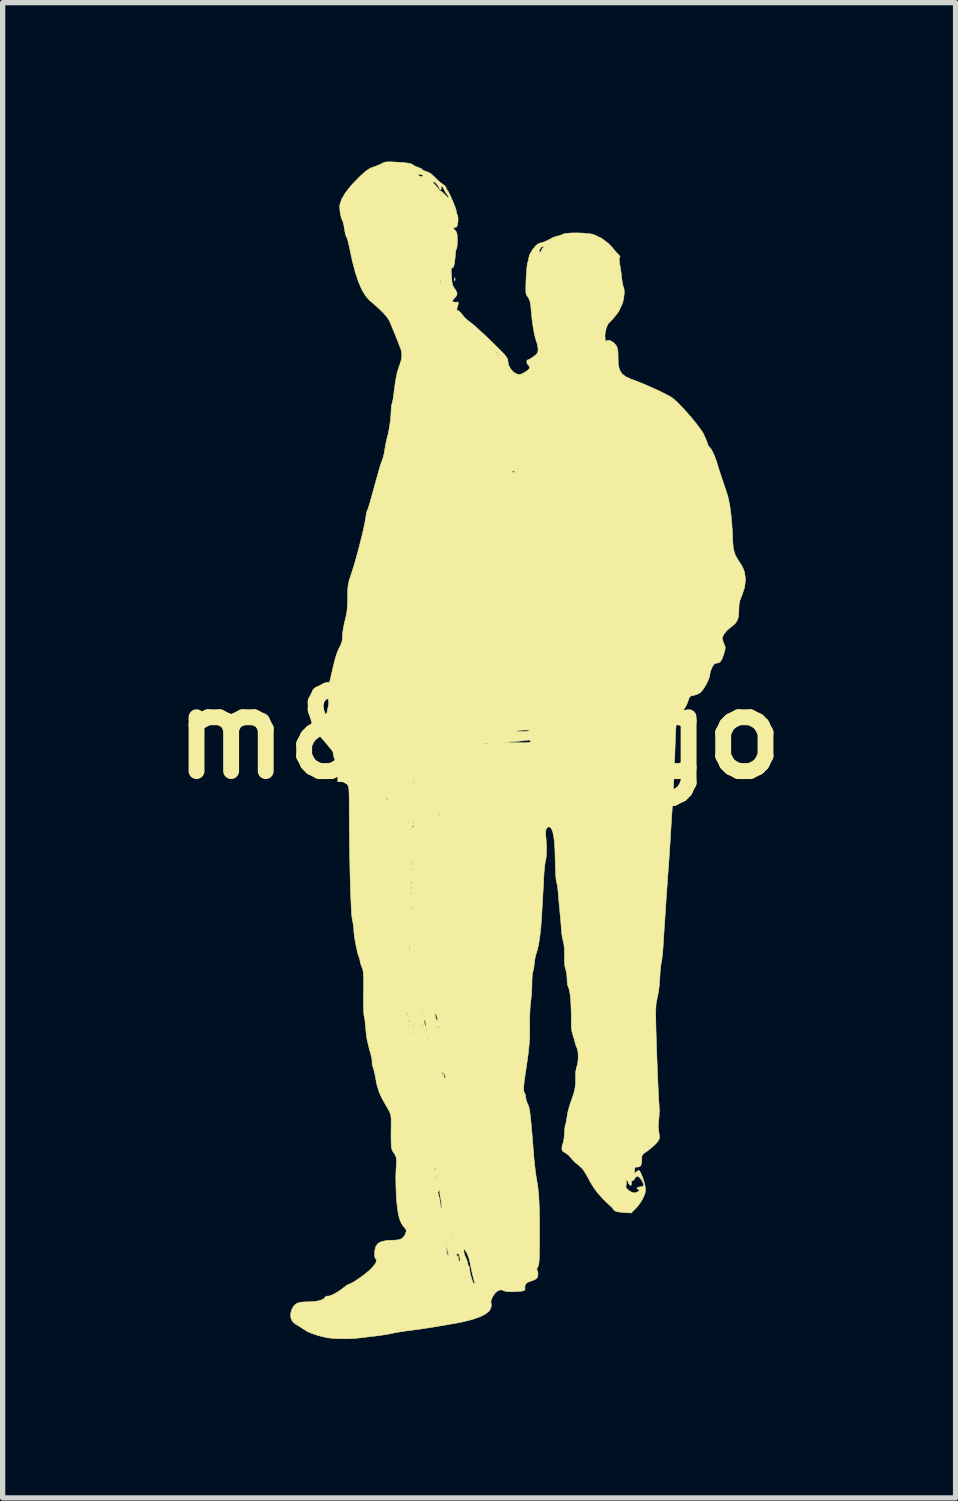
<source format=kicad_pcb>
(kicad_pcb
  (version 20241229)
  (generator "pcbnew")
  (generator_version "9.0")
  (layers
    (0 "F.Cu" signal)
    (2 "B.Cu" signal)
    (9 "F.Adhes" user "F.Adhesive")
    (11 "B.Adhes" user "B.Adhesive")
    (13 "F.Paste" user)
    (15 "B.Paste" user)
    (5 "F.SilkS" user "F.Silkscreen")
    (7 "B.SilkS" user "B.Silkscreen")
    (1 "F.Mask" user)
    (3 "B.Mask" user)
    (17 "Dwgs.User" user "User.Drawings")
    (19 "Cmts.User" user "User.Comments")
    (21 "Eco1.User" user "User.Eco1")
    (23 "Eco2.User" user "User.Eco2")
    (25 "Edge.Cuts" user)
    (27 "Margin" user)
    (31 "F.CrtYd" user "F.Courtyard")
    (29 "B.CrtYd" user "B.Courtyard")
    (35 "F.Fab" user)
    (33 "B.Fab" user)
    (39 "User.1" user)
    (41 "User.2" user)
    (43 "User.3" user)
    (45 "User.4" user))
  (footprint "m&d_logo"
    (layer "F.Cu")
    (at 5.994 10.817)
    (property "Reference" "m&d_logo" (at 0 0 0) (layer "F.SilkS") (effects (font (size 1.524 1.524) (thickness 0.3))))
    (attr through_hole)
    (fp_poly (pts (xy -0.456 -8.621) (xy -0.453 -8.581) (xy -0.456 -8.572) (xy -0.463 -8.57) (xy -0.466 -8.597) (xy -0.463 -8.625) (xy -0.456 -8.621)) (stroke (width 0.01) (type solid)) (fill yes) (layer "F.SilkS"))
    (fp_poly (pts (xy -1.649 -10.811) (xy -1.552 -10.806) (xy -1.528 -10.804) (xy -1.416 -10.796) (xy -1.338 -10.787) (xy -1.286 -10.775) (xy -1.256 -10.76) (xy -1.252 -10.757) (xy -1.209 -10.73) (xy -1.151 -10.707) (xy -1.145 -10.705) (xy -1.1 -10.688) (xy -1.076 -10.671) (xy -1.075 -10.668) (xy -1.058 -10.652) (xy -1.015 -10.635) (xy -0.992 -10.628) (xy -0.91 -10.589) (xy -0.836 -10.521) (xy -0.78 -10.464) (xy -0.722 -10.414) (xy -0.693 -10.394) (xy -0.65 -10.362) (xy -0.627 -10.334) (xy -0.625 -10.328) (xy -0.613 -10.294) (xy -0.604 -10.283) (xy -0.584 -10.253) (xy -0.555 -10.197) (xy -0.522 -10.125) (xy -0.488 -10.047) (xy -0.459 -9.974) (xy -0.438 -9.915) (xy -0.43 -9.881) (xy -0.421 -9.834) (xy -0.409 -9.805) (xy -0.397 -9.757) (xy -0.399 -9.686) (xy -0.401 -9.67) (xy -0.412 -9.61) (xy -0.428 -9.581) (xy -0.451 -9.574) (xy -0.482 -9.57) (xy -0.483 -9.553) (xy -0.453 -9.519) (xy -0.449 -9.515) (xy -0.428 -9.487) (xy -0.416 -9.447) (xy -0.411 -9.385) (xy -0.41 -9.333) (xy -0.412 -9.261) (xy -0.417 -9.205) (xy -0.424 -9.176) (xy -0.425 -9.175) (xy -0.437 -9.146) (xy -0.444 -9.108) (xy -0.454 -8.989) (xy -0.464 -8.905) (xy -0.475 -8.85) (xy -0.488 -8.82) (xy -0.503 -8.812) (xy -0.519 -8.806) (xy -0.526 -8.783) (xy -0.526 -8.735) (xy -0.522 -8.67) (xy -0.515 -8.583) (xy -0.508 -8.524) (xy -0.498 -8.484) (xy -0.483 -8.451) (xy -0.46 -8.415) (xy -0.454 -8.408) (xy -0.421 -8.352) (xy -0.415 -8.311) (xy -0.437 -8.27) (xy -0.464 -8.24) (xy -0.496 -8.202) (xy -0.501 -8.178) (xy -0.491 -8.169) (xy -0.451 -8.16) (xy -0.425 -8.163) (xy -0.397 -8.165) (xy -0.392 -8.142) (xy -0.395 -8.126) (xy -0.409 -8.075) (xy -0.419 -8.047) (xy -0.418 -8.015) (xy -0.397 -8.003) (xy -0.364 -7.98) (xy -0.325 -7.937) (xy -0.313 -7.921) (xy -0.269 -7.868) (xy -0.207 -7.813) (xy -0.172 -7.787) (xy -0.13 -7.755) (xy -0.066 -7.7) (xy 0.014 -7.627) (xy 0.106 -7.543) (xy 0.202 -7.451) (xy 0.232 -7.421) (xy 0.334 -7.321) (xy 0.411 -7.245) (xy 0.467 -7.187) (xy 0.504 -7.143) (xy 0.527 -7.11) (xy 0.539 -7.084) (xy 0.543 -7.06) (xy 0.543 -7.049) (xy 0.558 -6.973) (xy 0.596 -6.901) (xy 0.65 -6.842) (xy 0.713 -6.805) (xy 0.77 -6.798) (xy 0.814 -6.812) (xy 0.867 -6.841) (xy 0.916 -6.875) (xy 0.95 -6.908) (xy 0.957 -6.924) (xy 0.944 -6.958) (xy 0.928 -6.975) (xy 0.906 -7.007) (xy 0.899 -7.044) (xy 0.909 -7.069) (xy 0.92 -7.073) (xy 0.947 -7.084) (xy 0.993 -7.111) (xy 1.027 -7.135) (xy 1.079 -7.175) (xy 1.104 -7.209) (xy 1.113 -7.249) (xy 1.114 -7.272) (xy 1.106 -7.344) (xy 1.086 -7.415) (xy 1.085 -7.417) (xy 1.061 -7.491) (xy 1.037 -7.595) (xy 1.016 -7.72) (xy 0.998 -7.856) (xy 0.985 -7.99) (xy 0.976 -8.092) (xy 0.964 -8.165) (xy 0.946 -8.219) (xy 0.918 -8.266) (xy 0.901 -8.289) (xy 0.891 -8.31) (xy 0.884 -8.346) (xy 0.882 -8.402) (xy 0.883 -8.485) (xy 0.887 -8.6) (xy 0.888 -8.611) (xy 0.894 -8.714) (xy 0.901 -8.803) (xy 0.909 -8.872) (xy 0.916 -8.912) (xy 0.919 -8.918) (xy 0.933 -8.95) (xy 0.938 -8.997) (xy 0.955 -9.062) (xy 0.997 -9.133) (xy 1.136 -9.133) (xy 1.141 -9.109) (xy 1.153 -9.105) (xy 1.171 -9.12) (xy 1.172 -9.128) (xy 1.184 -9.159) (xy 1.203 -9.185) (xy 1.223 -9.21) (xy 1.215 -9.216) (xy 1.2 -9.214) (xy 1.171 -9.198) (xy 1.148 -9.166) (xy 1.136 -9.133) (xy 0.997 -9.133) (xy 1.005 -9.146) (xy 1.018 -9.164) (xy 1.067 -9.225) (xy 1.108 -9.26) (xy 1.151 -9.279) (xy 1.177 -9.285) (xy 1.247 -9.306) (xy 1.317 -9.341) (xy 1.327 -9.347) (xy 1.392 -9.382) (xy 1.464 -9.407) (xy 1.475 -9.409) (xy 1.532 -9.423) (xy 1.575 -9.441) (xy 1.581 -9.445) (xy 1.617 -9.457) (xy 1.683 -9.465) (xy 1.769 -9.47) (xy 1.865 -9.47) (xy 1.964 -9.466) (xy 2.055 -9.459) (xy 2.129 -9.448) (xy 2.162 -9.439) (xy 2.312 -9.369) (xy 2.445 -9.268) (xy 2.517 -9.191) (xy 2.565 -9.133) (xy 2.61 -9.082) (xy 2.635 -9.058) (xy 2.662 -9.024) (xy 2.656 -9.006) (xy 2.645 -8.986) (xy 2.646 -8.941) (xy 2.657 -8.868) (xy 2.671 -8.79) (xy 2.681 -8.717) (xy 2.686 -8.675) (xy 2.696 -8.586) (xy 2.71 -8.505) (xy 2.725 -8.443) (xy 2.733 -8.421) (xy 2.741 -8.381) (xy 2.739 -8.316) (xy 2.73 -8.241) (xy 2.715 -8.169) (xy 2.696 -8.113) (xy 2.689 -8.099) (xy 2.666 -8.057) (xy 2.657 -8.029) (xy 2.645 -8.003) (xy 2.615 -7.959) (xy 2.574 -7.906) (xy 2.53 -7.853) (xy 2.491 -7.811) (xy 2.467 -7.79) (xy 2.433 -7.75) (xy 2.404 -7.683) (xy 2.383 -7.604) (xy 2.375 -7.523) (xy 2.382 -7.455) (xy 2.383 -7.452) (xy 2.395 -7.42) (xy 2.401 -7.418) (xy 2.402 -7.42) (xy 2.417 -7.443) (xy 2.452 -7.444) (xy 2.498 -7.426) (xy 2.545 -7.393) (xy 2.584 -7.349) (xy 2.59 -7.34) (xy 2.609 -7.298) (xy 2.62 -7.245) (xy 2.624 -7.171) (xy 2.624 -7.114) (xy 2.628 -6.986) (xy 2.65 -6.889) (xy 2.693 -6.815) (xy 2.762 -6.759) (xy 2.86 -6.714) (xy 2.882 -6.706) (xy 2.95 -6.681) (xy 3.04 -6.645) (xy 3.139 -6.604) (xy 3.204 -6.576) (xy 3.308 -6.53) (xy 3.39 -6.492) (xy 3.465 -6.455) (xy 3.548 -6.413) (xy 3.616 -6.377) (xy 3.667 -6.341) (xy 3.735 -6.28) (xy 3.815 -6.199) (xy 3.903 -6.104) (xy 3.993 -6.002) (xy 4.079 -5.897) (xy 4.156 -5.797) (xy 4.219 -5.707) (xy 4.225 -5.698) (xy 4.243 -5.662) (xy 4.267 -5.609) (xy 4.292 -5.551) (xy 4.31 -5.502) (xy 4.318 -5.474) (xy 4.318 -5.474) (xy 4.331 -5.448) (xy 4.348 -5.431) (xy 4.378 -5.393) (xy 4.413 -5.328) (xy 4.45 -5.245) (xy 4.483 -5.155) (xy 4.501 -5.096) (xy 4.52 -5.033) (xy 4.548 -4.946) (xy 4.58 -4.849) (xy 4.601 -4.787) (xy 4.639 -4.673) (xy 4.667 -4.589) (xy 4.687 -4.524) (xy 4.702 -4.471) (xy 4.713 -4.422) (xy 4.724 -4.368) (xy 4.727 -4.357) (xy 4.742 -4.258) (xy 4.757 -4.133) (xy 4.77 -3.995) (xy 4.78 -3.855) (xy 4.786 -3.728) (xy 4.787 -3.661) (xy 4.799 -3.514) (xy 4.836 -3.388) (xy 4.903 -3.272) (xy 4.925 -3.243) (xy 4.961 -3.184) (xy 4.996 -3.108) (xy 5.011 -3.063) (xy 5.03 -2.93) (xy 5.013 -2.784) (xy 4.963 -2.628) (xy 4.951 -2.603) (xy 4.923 -2.528) (xy 4.908 -2.45) (xy 4.904 -2.353) (xy 4.899 -2.246) (xy 4.88 -2.167) (xy 4.842 -2.105) (xy 4.782 -2.049) (xy 4.756 -2.031) (xy 4.684 -1.971) (xy 4.628 -1.905) (xy 4.596 -1.842) (xy 4.592 -1.813) (xy 4.6 -1.774) (xy 4.62 -1.721) (xy 4.624 -1.711) (xy 4.641 -1.671) (xy 4.647 -1.636) (xy 4.64 -1.593) (xy 4.622 -1.528) (xy 4.62 -1.522) (xy 4.59 -1.436) (xy 4.56 -1.383) (xy 4.525 -1.355) (xy 4.483 -1.348) (xy 4.447 -1.338) (xy 4.416 -1.303) (xy 4.397 -1.266) (xy 4.372 -1.206) (xy 4.358 -1.151) (xy 4.357 -1.136) (xy 4.346 -1.079) (xy 4.316 -1.005) (xy 4.275 -0.926) (xy 4.229 -0.854) (xy 4.185 -0.801) (xy 4.175 -0.792) (xy 4.115 -0.759) (xy 4.052 -0.74) (xy 4.045 -0.739) (xy 3.997 -0.729) (xy 3.97 -0.702) (xy 3.956 -0.664) (xy 3.914 -0.553) (xy 3.859 -0.461) (xy 3.807 -0.397) (xy 3.764 -0.343) (xy 3.733 -0.293) (xy 3.724 -0.27) (xy 3.722 -0.24) (xy 3.718 -0.176) (xy 3.713 -0.083) (xy 3.708 0.034) (xy 3.702 0.17) (xy 3.697 0.319) (xy 3.694 0.401) (xy 3.688 0.568) (xy 3.681 0.737) (xy 3.674 0.899) (xy 3.667 1.047) (xy 3.66 1.174) (xy 3.654 1.27) (xy 3.653 1.29) (xy 3.645 1.408) (xy 3.635 1.55) (xy 3.626 1.7) (xy 3.617 1.841) (xy 3.615 1.876) (xy 3.607 2.013) (xy 3.597 2.164) (xy 3.588 2.313) (xy 3.579 2.443) (xy 3.577 2.472) (xy 3.564 2.641) (xy 3.551 2.831) (xy 3.537 3.034) (xy 3.523 3.24) (xy 3.51 3.442) (xy 3.497 3.631) (xy 3.486 3.799) (xy 3.478 3.936) (xy 3.477 3.947) (xy 3.47 4.054) (xy 3.461 4.153) (xy 3.452 4.234) (xy 3.443 4.289) (xy 3.441 4.298) (xy 3.432 4.345) (xy 3.423 4.42) (xy 3.416 4.513) (xy 3.411 4.601) (xy 3.403 4.719) (xy 3.39 4.829) (xy 3.375 4.919) (xy 3.366 4.953) (xy 3.341 5.087) (xy 3.333 5.254) (xy 3.333 5.256) (xy 3.335 5.351) (xy 3.337 5.472) (xy 3.341 5.614) (xy 3.346 5.772) (xy 3.351 5.94) (xy 3.357 6.112) (xy 3.364 6.284) (xy 3.37 6.448) (xy 3.377 6.601) (xy 3.383 6.735) (xy 3.388 6.847) (xy 3.393 6.93) (xy 3.397 6.975) (xy 3.403 7.098) (xy 3.397 7.224) (xy 3.392 7.263) (xy 3.382 7.387) (xy 3.391 7.492) (xy 3.394 7.508) (xy 3.405 7.579) (xy 3.401 7.629) (xy 3.39 7.659) (xy 3.359 7.7) (xy 3.305 7.755) (xy 3.237 7.814) (xy 3.165 7.87) (xy 3.121 7.899) (xy 3.084 7.931) (xy 3.071 7.973) (xy 3.071 8.006) (xy 3.068 8.091) (xy 3.05 8.141) (xy 3.016 8.162) (xy 2.993 8.163) (xy 2.957 8.164) (xy 2.941 8.184) (xy 2.934 8.225) (xy 2.931 8.269) (xy 2.938 8.28) (xy 2.96 8.264) (xy 2.965 8.259) (xy 2.998 8.234) (xy 3.016 8.226) (xy 3.033 8.243) (xy 3.057 8.288) (xy 3.083 8.351) (xy 3.107 8.421) (xy 3.127 8.49) (xy 3.135 8.535) (xy 3.141 8.599) (xy 3.134 8.653) (xy 3.111 8.715) (xy 3.096 8.748) (xy 3.051 8.827) (xy 2.993 8.906) (xy 2.957 8.946) (xy 2.87 9.032) (xy 2.72 9.021) (xy 2.64 9.013) (xy 2.59 9.003) (xy 2.559 8.987) (xy 2.54 8.966) (xy 2.507 8.924) (xy 2.482 8.901) (xy 2.456 8.878) (xy 2.411 8.835) (xy 2.355 8.78) (xy 2.332 8.756) (xy 2.248 8.664) (xy 2.174 8.567) (xy 2.146 8.522) (xy 2.772 8.522) (xy 2.774 8.553) (xy 2.811 8.595) (xy 2.819 8.601) (xy 2.887 8.645) (xy 2.949 8.652) (xy 3 8.628) (xy 3.026 8.606) (xy 3.02 8.593) (xy 3.004 8.587) (xy 2.98 8.568) (xy 2.989 8.551) (xy 3.025 8.54) (xy 3.049 8.538) (xy 3.094 8.528) (xy 3.106 8.496) (xy 3.087 8.441) (xy 3.062 8.4) (xy 3.018 8.349) (xy 2.98 8.336) (xy 2.949 8.361) (xy 2.941 8.377) (xy 2.917 8.411) (xy 2.897 8.421) (xy 2.875 8.43) (xy 2.874 8.436) (xy 2.875 8.466) (xy 2.874 8.487) (xy 2.868 8.512) (xy 2.847 8.502) (xy 2.843 8.499) (xy 2.818 8.467) (xy 2.814 8.449) (xy 2.799 8.416) (xy 2.791 8.41) (xy 2.776 8.411) (xy 2.778 8.446) (xy 2.78 8.494) (xy 2.772 8.522) (xy 2.146 8.522) (xy 2.102 8.452) (xy 2.026 8.311) (xy 2.022 8.304) (xy 1.957 8.202) (xy 1.875 8.125) (xy 1.869 8.121) (xy 1.809 8.073) (xy 1.759 8.022) (xy 1.737 7.993) (xy 1.693 7.943) (xy 1.637 7.902) (xy 1.632 7.899) (xy 1.584 7.87) (xy 1.565 7.836) (xy 1.563 7.81) (xy 1.57 7.754) (xy 1.584 7.715) (xy 1.595 7.676) (xy 1.605 7.612) (xy 1.611 7.536) (xy 1.611 7.532) (xy 1.616 7.459) (xy 1.622 7.402) (xy 1.629 7.371) (xy 1.629 7.37) (xy 1.639 7.339) (xy 1.649 7.287) (xy 1.652 7.267) (xy 1.676 7.125) (xy 1.714 6.987) (xy 1.746 6.897) (xy 1.786 6.779) (xy 1.81 6.678) (xy 1.821 6.579) (xy 1.821 6.476) (xy 1.824 6.364) (xy 1.841 6.278) (xy 1.846 6.267) (xy 1.863 6.202) (xy 1.871 6.12) (xy 1.871 6.034) (xy 1.862 5.958) (xy 1.845 5.909) (xy 1.823 5.858) (xy 1.811 5.811) (xy 1.798 5.757) (xy 1.777 5.689) (xy 1.77 5.668) (xy 1.75 5.592) (xy 1.74 5.51) (xy 1.74 5.492) (xy 1.741 5.325) (xy 1.737 5.172) (xy 1.731 5.036) (xy 1.721 4.923) (xy 1.708 4.838) (xy 1.693 4.787) (xy 1.689 4.779) (xy 1.671 4.732) (xy 1.662 4.659) (xy 1.661 4.619) (xy 1.656 4.542) (xy 1.645 4.47) (xy 1.634 4.433) (xy 1.618 4.365) (xy 1.611 4.263) (xy 1.612 4.181) (xy 1.611 4.041) (xy 1.597 3.936) (xy 1.59 3.909) (xy 1.574 3.844) (xy 1.561 3.759) (xy 1.553 3.674) (xy 1.547 3.584) (xy 1.538 3.474) (xy 1.527 3.366) (xy 1.525 3.341) (xy 1.514 3.234) (xy 1.504 3.116) (xy 1.496 3.011) (xy 1.494 2.991) (xy 1.487 2.911) (xy 1.477 2.842) (xy 1.466 2.797) (xy 1.463 2.79) (xy 1.457 2.759) (xy 1.45 2.696) (xy 1.445 2.608) (xy 1.44 2.5) (xy 1.437 2.381) (xy 1.437 2.378) (xy 1.432 2.185) (xy 1.422 2.03) (xy 1.407 1.911) (xy 1.387 1.824) (xy 1.361 1.77) (xy 1.341 1.75) (xy 1.309 1.741) (xy 1.28 1.764) (xy 1.277 1.768) (xy 1.262 1.797) (xy 1.256 1.838) (xy 1.258 1.901) (xy 1.263 1.954) (xy 1.273 2.095) (xy 1.273 2.228) (xy 1.263 2.343) (xy 1.25 2.403) (xy 1.242 2.449) (xy 1.234 2.524) (xy 1.226 2.617) (xy 1.221 2.706) (xy 1.216 2.813) (xy 1.209 2.938) (xy 1.202 3.073) (xy 1.194 3.21) (xy 1.186 3.342) (xy 1.179 3.463) (xy 1.172 3.565) (xy 1.166 3.64) (xy 1.163 3.673) (xy 1.145 3.825) (xy 1.125 3.953) (xy 1.104 4.053) (xy 1.084 4.117) (xy 1.065 4.178) (xy 1.05 4.257) (xy 1.043 4.316) (xy 1.035 4.387) (xy 1.025 4.446) (xy 1.016 4.475) (xy 1.008 4.509) (xy 1.002 4.571) (xy 0.998 4.651) (xy 0.998 4.702) (xy 0.995 4.809) (xy 0.988 4.923) (xy 0.977 5.025) (xy 0.974 5.051) (xy 0.965 5.131) (xy 0.959 5.238) (xy 0.955 5.358) (xy 0.955 5.481) (xy 0.955 5.5) (xy 0.956 5.615) (xy 0.954 5.723) (xy 0.947 5.832) (xy 0.936 5.948) (xy 0.92 6.08) (xy 0.898 6.234) (xy 0.87 6.418) (xy 0.851 6.553) (xy 0.842 6.658) (xy 0.844 6.73) (xy 0.856 6.767) (xy 0.86 6.77) (xy 0.874 6.796) (xy 0.879 6.84) (xy 0.888 6.896) (xy 0.911 6.96) (xy 0.918 6.974) (xy 0.929 7) (xy 0.94 7.031) (xy 0.949 7.071) (xy 0.958 7.125) (xy 0.967 7.195) (xy 0.977 7.287) (xy 0.988 7.403) (xy 1 7.547) (xy 1.014 7.724) (xy 1.026 7.874) (xy 1.037 8.002) (xy 1.05 8.129) (xy 1.063 8.246) (xy 1.076 8.34) (xy 1.085 8.392) (xy 1.102 8.487) (xy 1.115 8.59) (xy 1.126 8.706) (xy 1.133 8.84) (xy 1.138 8.996) (xy 1.141 9.18) (xy 1.142 9.397) (xy 1.141 9.47) (xy 1.141 9.631) (xy 1.139 9.758) (xy 1.137 9.856) (xy 1.133 9.928) (xy 1.129 9.979) (xy 1.122 10.015) (xy 1.114 10.039) (xy 1.107 10.05) (xy 1.089 10.091) (xy 1.094 10.111) (xy 1.11 10.141) (xy 1.112 10.189) (xy 1.102 10.239) (xy 1.089 10.262) (xy 1.056 10.287) (xy 1.002 10.31) (xy 0.984 10.315) (xy 0.909 10.344) (xy 0.87 10.383) (xy 0.863 10.435) (xy 0.865 10.443) (xy 0.867 10.47) (xy 0.858 10.489) (xy 0.832 10.501) (xy 0.782 10.509) (xy 0.702 10.515) (xy 0.655 10.518) (xy 0.545 10.517) (xy 0.472 10.502) (xy 0.464 10.498) (xy 0.421 10.482) (xy 0.382 10.488) (xy 0.35 10.503) (xy 0.31 10.536) (xy 0.271 10.587) (xy 0.24 10.644) (xy 0.223 10.695) (xy 0.226 10.728) (xy 0.231 10.76) (xy 0.227 10.81) (xy 0.226 10.813) (xy 0.195 10.876) (xy 0.126 10.935) (xy 0.019 10.99) (xy -0.123 11.04) (xy -0.3 11.085) (xy -0.41 11.107) (xy -0.644 11.148) (xy -0.869 11.186) (xy -1.078 11.218) (xy -1.26 11.243) (xy -1.29 11.247) (xy -1.397 11.261) (xy -1.506 11.278) (xy -1.601 11.295) (xy -1.651 11.306) (xy -1.74 11.323) (xy -1.847 11.34) (xy -1.948 11.353) (xy -1.954 11.354) (xy -2.054 11.365) (xy -2.16 11.378) (xy -2.252 11.389) (xy -2.257 11.39) (xy -2.372 11.401) (xy -2.502 11.406) (xy -2.635 11.405) (xy -2.758 11.399) (xy -2.861 11.387) (xy -2.892 11.381) (xy -3.035 11.346) (xy -3.148 11.309) (xy -3.239 11.27) (xy -3.312 11.225) (xy -3.377 11.182) (xy -3.44 11.143) (xy -3.471 11.125) (xy -3.526 11.076) (xy -3.554 11.006) (xy -3.556 10.924) (xy -3.53 10.839) (xy -3.508 10.802) (xy -3.475 10.762) (xy -3.434 10.735) (xy -3.378 10.718) (xy -3.298 10.71) (xy -3.188 10.707) (xy -3.182 10.707) (xy -3.083 10.7) (xy -2.998 10.682) (xy -2.936 10.654) (xy -2.905 10.62) (xy -2.881 10.6) (xy -2.865 10.601) (xy -2.829 10.599) (xy -2.77 10.577) (xy -2.7 10.54) (xy -2.626 10.493) (xy -2.561 10.445) (xy -2.511 10.406) (xy -2.471 10.381) (xy -2.455 10.375) (xy -2.421 10.363) (xy -2.365 10.332) (xy -2.295 10.286) (xy -2.218 10.232) (xy -2.142 10.174) (xy -2.076 10.119) (xy -2.037 10.082) (xy -1.971 10.007) (xy -1.939 9.95) (xy -1.939 9.912) (xy -1.954 9.896) (xy -1.968 9.868) (xy -1.973 9.815) (xy -1.97 9.752) (xy -1.958 9.691) (xy -1.948 9.662) (xy -0.618 9.662) (xy -0.617 9.699) (xy -0.615 9.717) (xy -0.604 9.798) (xy -0.588 9.84) (xy -0.577 9.847) (xy -0.577 9.831) (xy -0.577 9.83) (xy -0.43 9.83) (xy -0.418 9.841) (xy -0.41 9.838) (xy -0.396 9.845) (xy -0.391 9.883) (xy -0.391 9.885) (xy -0.385 9.927) (xy -0.37 9.945) (xy -0.37 9.945) (xy -0.358 9.928) (xy -0.362 9.882) (xy -0.374 9.834) (xy -0.384 9.804) (xy -0.385 9.803) (xy -0.404 9.797) (xy -0.425 9.813) (xy -0.43 9.83) (xy -0.577 9.83) (xy -0.584 9.789) (xy -0.587 9.774) (xy -0.594 9.743) (xy -0.289 9.743) (xy -0.284 9.786) (xy -0.265 9.844) (xy -0.255 9.865) (xy -0.23 9.922) (xy -0.216 9.97) (xy -0.215 9.982) (xy -0.206 10.02) (xy -0.195 10.033) (xy -0.181 10.059) (xy -0.176 10.102) (xy -0.171 10.152) (xy -0.157 10.214) (xy -0.138 10.279) (xy -0.118 10.334) (xy -0.1 10.369) (xy -0.092 10.375) (xy -0.081 10.361) (xy -0.083 10.351) (xy -0.095 10.309) (xy -0.112 10.241) (xy -0.132 10.157) (xy -0.151 10.069) (xy -0.168 9.988) (xy -0.173 9.958) (xy -0.193 9.881) (xy -0.221 9.807) (xy -0.239 9.773) (xy -0.266 9.731) (xy -0.281 9.719) (xy -0.288 9.735) (xy -0.289 9.743) (xy -0.594 9.743) (xy -0.604 9.699) (xy -0.614 9.662) (xy -0.618 9.662) (xy -1.948 9.662) (xy -1.945 9.654) (xy -1.908 9.607) (xy -1.885 9.593) (xy -0.625 9.593) (xy -0.618 9.609) (xy -0.612 9.606) (xy -0.61 9.583) (xy -0.612 9.58) (xy -0.624 9.583) (xy -0.625 9.593) (xy -1.885 9.593) (xy -1.851 9.575) (xy -1.806 9.564) (xy -0.488 9.564) (xy -0.479 9.574) (xy -0.469 9.564) (xy -0.479 9.554) (xy -0.488 9.564) (xy -1.806 9.564) (xy -1.768 9.555) (xy -1.653 9.547) (xy -1.643 9.547) (xy -1.547 9.541) (xy -1.48 9.525) (xy -1.434 9.495) (xy -1.428 9.486) (xy -0.508 9.486) (xy -0.498 9.496) (xy -0.488 9.486) (xy -0.498 9.476) (xy -0.508 9.486) (xy -1.428 9.486) (xy -1.4 9.446) (xy -1.386 9.415) (xy -1.373 9.371) (xy -1.383 9.338) (xy -1.403 9.314) (xy -1.451 9.253) (xy -1.489 9.179) (xy -1.517 9.087) (xy -1.538 8.97) (xy -1.554 8.824) (xy -1.56 8.743) (xy -1.565 8.642) (xy -0.777 8.642) (xy -0.766 8.693) (xy -0.765 8.693) (xy -0.751 8.746) (xy -0.737 8.819) (xy -0.729 8.876) (xy -0.72 8.936) (xy -0.714 8.961) (xy -0.71 8.951) (xy -0.707 8.931) (xy -0.708 8.867) (xy -0.718 8.795) (xy -0.721 8.78) (xy -0.735 8.714) (xy -0.742 8.655) (xy -0.742 8.643) (xy -0.746 8.608) (xy -0.76 8.607) (xy -0.764 8.611) (xy -0.777 8.642) (xy -1.565 8.642) (xy -1.566 8.621) (xy -1.57 8.496) (xy -1.572 8.382) (xy -1.572 8.372) (xy -0.821 8.372) (xy -0.811 8.382) (xy -0.801 8.372) (xy -0.811 8.362) (xy -0.821 8.372) (xy -1.572 8.372) (xy -1.571 8.291) (xy -1.57 8.265) (xy -1.566 8.195) (xy -0.839 8.195) (xy -0.835 8.22) (xy -0.828 8.22) (xy -0.824 8.194) (xy -0.827 8.183) (xy -0.835 8.176) (xy -0.839 8.195) (xy -1.566 8.195) (xy -1.563 8.153) (xy -1.56 8.074) (xy -1.561 8.018) (xy -1.567 7.978) (xy -1.578 7.947) (xy -1.596 7.917) (xy -1.609 7.898) (xy -1.626 7.873) (xy -1.639 7.849) (xy -1.649 7.821) (xy -1.655 7.784) (xy -1.659 7.733) (xy -1.661 7.662) (xy -1.662 7.567) (xy -1.661 7.442) (xy -1.66 7.311) (xy -1.66 7.246) (xy -1.665 7.197) (xy -1.677 7.152) (xy -1.701 7.101) (xy -1.739 7.033) (xy -1.768 6.984) (xy -1.84 6.854) (xy -1.892 6.737) (xy -1.928 6.615) (xy -1.94 6.555) (xy -0.625 6.555) (xy -0.615 6.565) (xy -0.606 6.555) (xy -0.615 6.545) (xy -0.625 6.555) (xy -1.94 6.555) (xy -1.955 6.475) (xy -1.956 6.468) (xy -1.971 6.39) (xy -1.972 6.387) (xy -0.703 6.387) (xy -0.69 6.408) (xy -0.684 6.409) (xy -0.668 6.425) (xy -0.664 6.448) (xy -0.657 6.479) (xy -0.647 6.487) (xy -0.636 6.471) (xy -0.639 6.448) (xy -0.655 6.414) (xy -0.677 6.387) (xy -0.696 6.375) (xy -0.703 6.387) (xy -1.972 6.387) (xy -1.984 6.34) (xy -0.957 6.34) (xy -0.948 6.35) (xy -0.938 6.34) (xy -0.948 6.33) (xy -0.957 6.34) (xy -1.984 6.34) (xy -1.989 6.318) (xy -2.003 6.277) (xy -2.019 6.226) (xy -2.021 6.188) (xy -2.02 6.184) (xy -2.019 6.152) (xy -2.029 6.096) (xy -2.042 6.043) (xy -2.059 5.983) (xy -2.071 5.94) (xy -2.075 5.925) (xy -2.079 5.906) (xy -2.091 5.86) (xy -2.101 5.819) (xy -2.115 5.754) (xy -0.977 5.754) (xy -0.967 5.764) (xy -0.957 5.754) (xy -0.967 5.744) (xy -0.977 5.754) (xy -2.115 5.754) (xy -2.115 5.752) (xy -2.128 5.662) (xy -2.131 5.637) (xy -1.309 5.637) (xy -1.299 5.647) (xy -1.29 5.637) (xy -1.299 5.627) (xy -1.309 5.637) (xy -2.131 5.637) (xy -2.138 5.568) (xy -0.996 5.568) (xy -0.989 5.585) (xy -0.983 5.581) (xy -0.981 5.558) (xy -0.983 5.555) (xy -0.995 5.558) (xy -0.996 5.568) (xy -2.138 5.568) (xy -2.139 5.564) (xy -2.141 5.53) (xy -2.144 5.498) (xy -1.249 5.498) (xy -1.245 5.524) (xy -1.239 5.524) (xy -1.238 5.518) (xy -0.78 5.518) (xy -0.776 5.543) (xy -0.77 5.544) (xy -0.765 5.517) (xy -0.768 5.506) (xy -0.777 5.499) (xy -0.78 5.518) (xy -1.238 5.518) (xy -1.234 5.498) (xy -1.237 5.487) (xy -1.246 5.479) (xy -1.249 5.498) (xy -2.144 5.498) (xy -2.146 5.476) (xy -1.091 5.476) (xy -1.086 5.487) (xy -1.067 5.508) (xy -1.055 5.504) (xy -1.055 5.501) (xy -1.069 5.485) (xy -1.078 5.479) (xy -1.091 5.476) (xy -2.146 5.476) (xy -2.149 5.446) (xy -2.153 5.412) (xy -1.329 5.412) (xy -1.321 5.428) (xy -1.316 5.425) (xy -1.314 5.405) (xy -1.039 5.405) (xy -1.031 5.449) (xy -1.028 5.459) (xy -1.011 5.507) (xy -1.001 5.518) (xy -1 5.492) (xy -1.007 5.444) (xy -1.019 5.401) (xy -1.032 5.382) (xy -1.035 5.382) (xy -1.039 5.405) (xy -1.314 5.405) (xy -1.313 5.402) (xy -1.316 5.399) (xy -1.327 5.402) (xy -1.329 5.412) (xy -2.153 5.412) (xy -2.158 5.373) (xy -2.167 5.324) (xy -1.055 5.324) (xy -1.045 5.334) (xy -1.036 5.324) (xy -1.045 5.314) (xy -1.055 5.324) (xy -2.167 5.324) (xy -2.167 5.324) (xy -2.171 5.311) (xy -2.176 5.282) (xy -2.176 5.275) (xy -1.368 5.275) (xy -1.361 5.291) (xy -1.355 5.288) (xy -1.353 5.275) (xy -1.075 5.275) (xy -1.067 5.291) (xy -1.062 5.288) (xy -1.061 5.284) (xy -0.832 5.284) (xy -0.823 5.331) (xy -0.817 5.353) (xy -0.8 5.398) (xy -0.789 5.407) (xy -0.786 5.398) (xy -0.788 5.353) (xy -0.801 5.306) (xy -0.819 5.266) (xy -0.83 5.261) (xy -0.832 5.284) (xy -1.061 5.284) (xy -1.059 5.265) (xy -1.062 5.262) (xy -1.073 5.265) (xy -1.075 5.275) (xy -1.353 5.275) (xy -1.352 5.265) (xy -1.355 5.262) (xy -1.366 5.265) (xy -1.368 5.275) (xy -2.176 5.275) (xy -2.179 5.227) (xy -1.075 5.227) (xy -1.065 5.236) (xy -1.055 5.227) (xy -1.065 5.217) (xy -1.075 5.227) (xy -2.179 5.227) (xy -2.18 5.221) (xy -2.182 5.133) (xy -2.182 5.129) (xy -1.094 5.129) (xy -1.084 5.139) (xy -1.075 5.129) (xy -1.084 5.119) (xy -1.094 5.129) (xy -2.182 5.129) (xy -2.183 5.026) (xy -2.182 4.904) (xy -2.182 4.876) (xy -2.18 4.737) (xy -2.18 4.631) (xy -2.182 4.552) (xy -2.185 4.494) (xy -2.192 4.452) (xy -2.201 4.418) (xy -2.211 4.393) (xy -2.233 4.335) (xy -2.246 4.287) (xy -2.247 4.276) (xy -2.256 4.226) (xy -2.267 4.2) (xy -2.282 4.157) (xy -2.301 4.086) (xy -2.312 4.035) (xy -1.323 4.035) (xy -1.322 4.081) (xy -1.318 4.098) (xy -1.315 4.089) (xy -1.311 4.035) (xy -1.315 3.991) (xy -1.319 3.977) (xy -1.322 3.999) (xy -1.323 4.035) (xy -2.312 4.035) (xy -2.32 3.998) (xy -2.338 3.903) (xy -2.353 3.813) (xy -2.359 3.761) (xy -1.075 3.761) (xy -1.065 3.771) (xy -1.055 3.761) (xy -1.065 3.751) (xy -1.075 3.761) (xy -2.359 3.761) (xy -2.362 3.737) (xy -2.364 3.698) (xy -2.369 3.627) (xy -2.382 3.543) (xy -2.392 3.5) (xy -2.4 3.45) (xy -2.407 3.365) (xy -2.413 3.263) (xy -1.29 3.263) (xy -1.282 3.279) (xy -1.277 3.276) (xy -1.274 3.253) (xy -1.277 3.25) (xy -1.288 3.253) (xy -1.29 3.263) (xy -2.413 3.263) (xy -2.414 3.247) (xy -2.42 3.116) (xy -1.29 3.116) (xy -1.28 3.126) (xy -1.27 3.116) (xy -1.28 3.107) (xy -1.29 3.116) (xy -2.42 3.116) (xy -2.421 3.099) (xy -2.424 3.009) (xy -1.29 3.009) (xy -1.282 3.025) (xy -1.277 3.022) (xy -1.274 2.999) (xy -1.277 2.996) (xy -1.288 2.999) (xy -1.29 3.009) (xy -2.424 3.009) (xy -2.427 2.926) (xy -2.428 2.892) (xy -1.29 2.892) (xy -1.282 2.908) (xy -1.277 2.905) (xy -1.274 2.882) (xy -1.277 2.879) (xy -1.288 2.881) (xy -1.29 2.892) (xy -2.428 2.892) (xy -2.431 2.802) (xy -1.288 2.802) (xy -1.284 2.827) (xy -1.278 2.828) (xy -1.273 2.802) (xy -1.276 2.79) (xy -1.285 2.783) (xy -1.288 2.802) (xy -2.431 2.802) (xy -2.433 2.73) (xy -2.438 2.54) (xy -1.29 2.54) (xy -1.282 2.556) (xy -1.277 2.553) (xy -1.274 2.53) (xy -1.277 2.527) (xy -1.288 2.53) (xy -1.29 2.54) (xy -2.438 2.54) (xy -2.438 2.514) (xy -2.44 2.411) (xy -1.268 2.411) (xy -1.265 2.437) (xy -1.258 2.437) (xy -1.254 2.411) (xy -1.257 2.4) (xy -1.265 2.392) (xy -1.268 2.411) (xy -2.44 2.411) (xy -2.443 2.282) (xy -2.446 2.038) (xy -2.449 1.783) (xy -2.449 1.731) (xy -1.263 1.731) (xy -1.26 1.739) (xy -1.243 1.758) (xy -1.24 1.758) (xy -1.231 1.743) (xy -1.231 1.739) (xy -1.246 1.72) (xy -1.252 1.719) (xy -1.263 1.731) (xy -2.449 1.731) (xy -2.45 1.661) (xy -1.25 1.661) (xy -1.243 1.677) (xy -1.237 1.674) (xy -1.235 1.651) (xy -1.237 1.648) (xy -1.249 1.65) (xy -1.25 1.661) (xy -2.45 1.661) (xy -2.451 1.522) (xy -2.451 1.504) (xy -0.762 1.504) (xy -0.755 1.521) (xy -0.749 1.517) (xy -0.747 1.494) (xy -0.749 1.491) (xy -0.761 1.494) (xy -0.762 1.504) (xy -2.451 1.504) (xy -2.451 1.461) (xy -2.451 1.312) (xy -2.451 1.28) (xy -1.817 1.28) (xy -1.807 1.29) (xy -1.798 1.28) (xy -1.807 1.27) (xy -1.817 1.28) (xy -2.451 1.28) (xy -2.452 1.196) (xy -2.452 1.194) (xy -1.753 1.194) (xy -1.749 1.213) (xy -1.747 1.217) (xy -1.732 1.241) (xy -1.723 1.241) (xy -1.725 1.221) (xy -1.736 1.206) (xy -1.753 1.194) (xy -2.452 1.194) (xy -2.454 1.11) (xy -2.457 1.047) (xy -2.461 1.004) (xy -2.468 0.975) (xy -2.477 0.956) (xy -2.49 0.941) (xy -2.497 0.934) (xy -2.56 0.896) (xy -2.604 0.889) (xy -1.247 0.889) (xy -1.245 0.922) (xy -1.238 0.925) (xy -1.238 0.924) (xy -1.234 0.885) (xy -1.237 0.865) (xy -1.243 0.857) (xy -1.247 0.883) (xy -1.247 0.889) (xy -2.604 0.889) (xy -2.667 0.889) (xy -2.669 0.733) (xy -2.674 0.634) (xy -2.684 0.576) (xy -1.231 0.576) (xy -1.221 0.586) (xy -1.211 0.576) (xy -1.221 0.567) (xy -1.231 0.576) (xy -2.684 0.576) (xy -2.687 0.561) (xy -2.71 0.499) (xy -2.713 0.494) (xy -2.739 0.43) (xy -2.754 0.368) (xy -2.755 0.351) (xy -2.765 0.283) (xy -2.792 0.223) (xy -2.82 0.192) (xy -2.824 0.186) (xy -1.68 0.186) (xy -1.671 0.195) (xy -1.661 0.186) (xy -0.195 0.186) (xy -0.186 0.195) (xy -0.176 0.186) (xy -0.186 0.176) (xy -0.195 0.186) (xy -1.661 0.186) (xy -1.671 0.176) (xy -1.68 0.186) (xy -2.824 0.186) (xy -2.834 0.171) (xy -1.574 0.171) (xy -1.555 0.174) (xy -1.53 0.171) (xy -1.529 0.166) (xy 0.071 0.166) (xy 0.093 0.169) (xy 0.137 0.17) (xy 0.185 0.169) (xy 0.203 0.166) (xy 0.191 0.162) (xy 0.127 0.159) (xy 0.083 0.162) (xy 0.071 0.166) (xy -1.529 0.166) (xy -1.529 0.164) (xy -1.555 0.159) (xy -1.567 0.162) (xy -1.574 0.171) (xy -2.834 0.171) (xy -2.838 0.164) (xy -2.844 0.143) (xy -1.478 0.143) (xy -1.476 0.155) (xy -1.465 0.156) (xy -1.453 0.151) (xy 0.42 0.151) (xy 0.699 0.153) (xy 0.809 0.154) (xy 0.887 0.153) (xy 0.936 0.149) (xy 0.964 0.143) (xy 0.976 0.133) (xy 0.977 0.126) (xy 0.97 0.108) (xy 0.944 0.103) (xy 0.889 0.108) (xy 0.83 0.116) (xy 0.746 0.125) (xy 0.652 0.133) (xy 0.611 0.136) (xy 0.42 0.151) (xy -1.453 0.151) (xy -1.449 0.149) (xy -1.452 0.143) (xy -1.476 0.141) (xy -1.478 0.143) (xy -2.844 0.143) (xy -2.846 0.133) (xy -2.859 0.079) (xy -2.874 0.037) (xy -2.89 -0.033) (xy -2.893 -0.066) (xy 0.705 -0.066) (xy 0.719 -0.062) (xy 0.762 -0.06) (xy 0.826 -0.059) (xy 0.827 -0.059) (xy 0.893 -0.061) (xy 0.94 -0.068) (xy 0.957 -0.078) (xy 0.94 -0.084) (xy 0.896 -0.087) (xy 0.839 -0.085) (xy 0.779 -0.081) (xy 0.73 -0.074) (xy 0.705 -0.066) (xy -2.893 -0.066) (xy -2.897 -0.13) (xy -2.895 -0.241) (xy -2.883 -0.355) (xy -2.864 -0.455) (xy -2.846 -0.537) (xy -2.838 -0.596) (xy -2.841 -0.643) (xy -2.851 -0.687) (xy -2.862 -0.733) (xy -2.864 -0.778) (xy -2.857 -0.835) (xy -2.84 -0.916) (xy -2.835 -0.936) (xy -2.813 -1.028) (xy -2.787 -1.141) (xy -2.759 -1.259) (xy -2.743 -1.329) (xy -2.71 -1.455) (xy -2.674 -1.562) (xy -2.639 -1.639) (xy -2.635 -1.646) (xy -2.6 -1.716) (xy -2.583 -1.782) (xy -2.579 -1.857) (xy -2.574 -1.93) (xy -2.559 -2.024) (xy -2.539 -2.122) (xy -2.53 -2.157) (xy -2.507 -2.252) (xy -2.493 -2.339) (xy -2.485 -2.432) (xy -2.482 -2.545) (xy -2.481 -2.587) (xy -2.481 -2.693) (xy -2.477 -2.773) (xy -2.469 -2.839) (xy -2.454 -2.903) (xy -2.431 -2.978) (xy -2.412 -3.033) (xy -2.377 -3.142) (xy -2.337 -3.274) (xy -2.297 -3.419) (xy -2.257 -3.571) (xy -2.219 -3.721) (xy -2.186 -3.862) (xy -2.159 -3.985) (xy -2.141 -4.083) (xy -2.136 -4.123) (xy -2.126 -4.18) (xy -2.115 -4.222) (xy -2.111 -4.23) (xy -2.099 -4.257) (xy -2.081 -4.312) (xy -2.059 -4.383) (xy -2.053 -4.406) (xy -2.01 -4.563) (xy -1.973 -4.695) (xy -1.94 -4.814) (xy -1.925 -4.865) (xy -1.904 -4.942) (xy -1.898 -4.963) (xy 0.625 -4.963) (xy 0.64 -4.944) (xy 0.645 -4.943) (xy 0.664 -4.958) (xy 0.664 -4.963) (xy 0.649 -4.982) (xy 0.645 -4.982) (xy 0.626 -4.967) (xy 0.625 -4.963) (xy -1.898 -4.963) (xy -1.882 -5.018) (xy -1.873 -5.051) (xy -1.852 -5.118) (xy -1.828 -5.182) (xy -1.825 -5.189) (xy -1.809 -5.238) (xy -1.792 -5.311) (xy -1.778 -5.392) (xy -1.778 -5.394) (xy -1.764 -5.474) (xy -1.75 -5.547) (xy -1.737 -5.597) (xy -1.737 -5.598) (xy -1.718 -5.668) (xy -1.699 -5.764) (xy -1.682 -5.872) (xy -1.669 -5.978) (xy -1.662 -6.07) (xy -1.661 -6.101) (xy -1.658 -6.169) (xy -1.65 -6.225) (xy -1.643 -6.248) (xy -1.634 -6.281) (xy -1.622 -6.342) (xy -1.611 -6.424) (xy -1.603 -6.49) (xy -1.578 -6.676) (xy -1.546 -6.833) (xy -1.535 -6.868) (xy 0.547 -6.868) (xy 0.557 -6.858) (xy 0.567 -6.868) (xy 0.557 -6.878) (xy 0.547 -6.868) (xy -1.535 -6.868) (xy -1.506 -6.959) (xy -1.496 -6.983) (xy -1.465 -7.085) (xy -1.46 -7.161) (xy 0.332 -7.161) (xy 0.342 -7.151) (xy 0.352 -7.161) (xy 0.342 -7.171) (xy 0.332 -7.161) (xy -1.46 -7.161) (xy -1.458 -7.187) (xy -1.463 -7.214) (xy 0.302 -7.214) (xy 0.321 -7.211) (xy 0.346 -7.215) (xy 0.346 -7.221) (xy 0.32 -7.226) (xy 0.309 -7.223) (xy 0.302 -7.214) (xy -1.463 -7.214) (xy -1.474 -7.268) (xy -1.518 -7.382) (xy -1.564 -7.498) (xy -1.609 -7.61) (xy -1.649 -7.708) (xy -1.682 -7.785) (xy -1.702 -7.827) (xy -1.741 -7.886) (xy -1.809 -7.963) (xy -1.902 -8.053) (xy -2.015 -8.153) (xy -2.065 -8.195) (xy -2.14 -8.277) (xy -2.211 -8.396) (xy -2.278 -8.549) (xy -2.284 -8.568) (xy -0.739 -8.568) (xy -0.737 -8.534) (xy -0.73 -8.531) (xy -0.73 -8.533) (xy -0.726 -8.572) (xy -0.729 -8.592) (xy -0.735 -8.6) (xy -0.739 -8.574) (xy -0.739 -8.568) (xy -2.284 -8.568) (xy -2.339 -8.734) (xy -2.394 -8.949) (xy -2.405 -8.997) (xy -2.425 -9.092) (xy -2.445 -9.186) (xy -2.462 -9.264) (xy -2.466 -9.281) (xy -2.481 -9.342) (xy -2.497 -9.386) (xy -2.506 -9.4) (xy -2.517 -9.424) (xy -2.529 -9.475) (xy -2.541 -9.544) (xy -2.541 -9.545) (xy -2.553 -9.615) (xy -2.566 -9.671) (xy -2.577 -9.699) (xy -2.597 -9.743) (xy -2.615 -9.812) (xy -2.627 -9.89) (xy -2.631 -9.964) (xy -2.628 -10.003) (xy -2.594 -10.107) (xy -2.557 -10.17) (xy -0.718 -10.17) (xy -0.716 -10.13) (xy -0.712 -10.119) (xy -0.709 -10.126) (xy -0.706 -10.173) (xy -0.709 -10.204) (xy -0.714 -10.215) (xy -0.717 -10.191) (xy -0.718 -10.17) (xy -2.557 -10.17) (xy -2.525 -10.225) (xy -2.422 -10.357) (xy -2.347 -10.436) (xy -0.868 -10.436) (xy -0.865 -10.41) (xy -0.854 -10.401) (xy -0.827 -10.375) (xy -0.792 -10.332) (xy -0.784 -10.321) (xy -0.752 -10.281) (xy -0.726 -10.259) (xy -0.721 -10.258) (xy -0.698 -10.244) (xy -0.661 -10.21) (xy -0.642 -10.189) (xy -0.6 -10.147) (xy -0.574 -10.132) (xy -0.569 -10.142) (xy -0.588 -10.176) (xy -0.603 -10.195) (xy -0.64 -10.249) (xy -0.667 -10.302) (xy -0.688 -10.34) (xy -0.707 -10.355) (xy -0.719 -10.341) (xy -0.716 -10.327) (xy -0.716 -10.296) (xy -0.722 -10.287) (xy -0.741 -10.294) (xy -0.752 -10.317) (xy -0.773 -10.358) (xy -0.804 -10.398) (xy -0.837 -10.428) (xy -0.862 -10.44) (xy -0.868 -10.436) (xy -2.347 -10.436) (xy -2.289 -10.497) (xy -2.22 -10.563) (xy -1.153 -10.563) (xy -1.132 -10.546) (xy -1.128 -10.544) (xy -1.084 -10.533) (xy -1.058 -10.541) (xy -1.055 -10.548) (xy -1.072 -10.565) (xy -1.104 -10.575) (xy -1.142 -10.575) (xy -1.153 -10.563) (xy -2.22 -10.563) (xy -2.205 -10.577) (xy -2.141 -10.633) (xy -2.088 -10.672) (xy -2.04 -10.698) (xy -1.993 -10.715) (xy -1.921 -10.741) (xy -1.855 -10.769) (xy -1.827 -10.784) (xy -1.798 -10.799) (xy -1.764 -10.808) (xy -1.717 -10.812) (xy -1.649 -10.811)) (stroke (width 0.01) (type solid)) (fill yes) (layer "F.SilkS")))
  (gr_rect
    (start -3 -3)
    (end 14.989 25.227)
    (stroke (width 0.1) (type default))
    (fill no)
    (layer "Edge.Cuts")))
</source>
